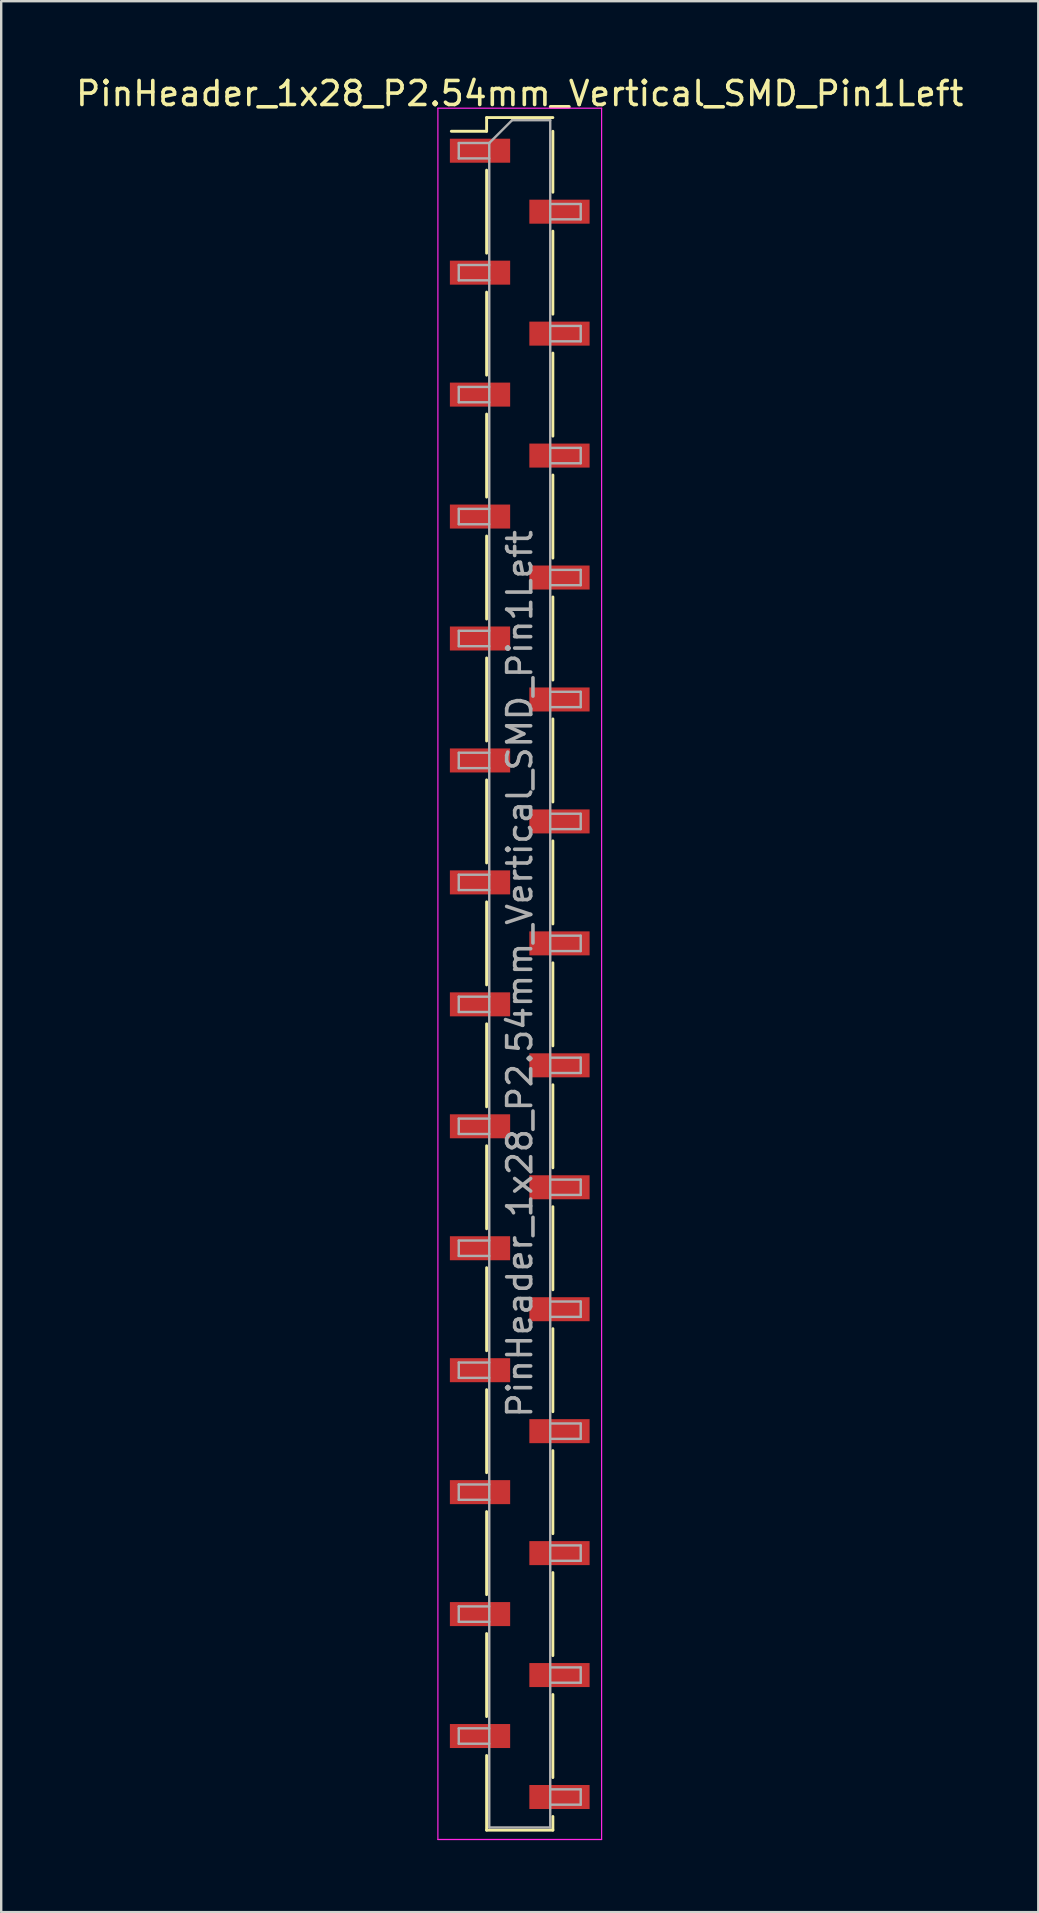
<source format=kicad_pcb>
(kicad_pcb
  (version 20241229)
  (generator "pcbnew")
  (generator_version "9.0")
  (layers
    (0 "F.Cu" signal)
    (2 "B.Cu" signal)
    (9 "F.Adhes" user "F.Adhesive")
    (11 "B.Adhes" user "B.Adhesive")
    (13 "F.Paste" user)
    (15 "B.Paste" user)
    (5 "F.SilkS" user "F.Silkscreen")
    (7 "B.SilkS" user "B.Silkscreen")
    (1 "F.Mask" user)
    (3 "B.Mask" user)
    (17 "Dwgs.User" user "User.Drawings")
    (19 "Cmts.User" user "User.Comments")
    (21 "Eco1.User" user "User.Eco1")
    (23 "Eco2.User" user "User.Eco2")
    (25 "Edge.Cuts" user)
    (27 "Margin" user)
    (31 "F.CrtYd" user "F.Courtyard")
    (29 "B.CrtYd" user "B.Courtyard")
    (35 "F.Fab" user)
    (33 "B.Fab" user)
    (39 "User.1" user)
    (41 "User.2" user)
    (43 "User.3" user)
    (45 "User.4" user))
  (footprint "PinHeader_1x28_P2.54mm_Vertical_SMD_Pin1Left"
    (layer "F.Cu")
    (at 18.601 37.518)
    (property "Reference" "PinHeader_1x28_P2.54mm_Vertical_SMD_Pin1Left" (at 0 -36.67 0) (layer "F.SilkS") (effects (font (size 1 1) (thickness 0.15))))
    (attr smd)
    (fp_line (start -1.38 -35.67) (end -1.38 -35.1) (stroke (width 0.12) (type solid)) (layer "F.SilkS"))
    (fp_line (start -1.38 -35.67) (end 1.38 -35.67) (stroke (width 0.12) (type solid)) (layer "F.SilkS"))
    (fp_line (start -1.38 -35.1) (end -2.85 -35.1) (stroke (width 0.12) (type solid)) (layer "F.SilkS"))
    (fp_line (start -1.38 -33.48) (end -1.38 -30.02) (stroke (width 0.12) (type solid)) (layer "F.SilkS"))
    (fp_line (start -1.38 -28.4) (end -1.38 -24.94) (stroke (width 0.12) (type solid)) (layer "F.SilkS"))
    (fp_line (start -1.38 -23.32) (end -1.38 -19.86) (stroke (width 0.12) (type solid)) (layer "F.SilkS"))
    (fp_line (start -1.38 -18.24) (end -1.38 -14.78) (stroke (width 0.12) (type solid)) (layer "F.SilkS"))
    (fp_line (start -1.38 -13.16) (end -1.38 -9.7) (stroke (width 0.12) (type solid)) (layer "F.SilkS"))
    (fp_line (start -1.38 -8.08) (end -1.38 -4.62) (stroke (width 0.12) (type solid)) (layer "F.SilkS"))
    (fp_line (start -1.38 -3) (end -1.38 0.46) (stroke (width 0.12) (type solid)) (layer "F.SilkS"))
    (fp_line (start -1.38 2.08) (end -1.38 5.54) (stroke (width 0.12) (type solid)) (layer "F.SilkS"))
    (fp_line (start -1.38 7.16) (end -1.38 10.62) (stroke (width 0.12) (type solid)) (layer "F.SilkS"))
    (fp_line (start -1.38 12.24) (end -1.38 15.7) (stroke (width 0.12) (type solid)) (layer "F.SilkS"))
    (fp_line (start -1.38 17.32) (end -1.38 20.78) (stroke (width 0.12) (type solid)) (layer "F.SilkS"))
    (fp_line (start -1.38 22.4) (end -1.38 25.86) (stroke (width 0.12) (type solid)) (layer "F.SilkS"))
    (fp_line (start -1.38 27.48) (end -1.38 30.94) (stroke (width 0.12) (type solid)) (layer "F.SilkS"))
    (fp_line (start -1.38 32.56) (end -1.38 35.67) (stroke (width 0.12) (type solid)) (layer "F.SilkS"))
    (fp_line (start -1.38 35.67) (end 1.38 35.67) (stroke (width 0.12) (type solid)) (layer "F.SilkS"))
    (fp_line (start 1.38 -35.1) (end 1.38 -32.56) (stroke (width 0.12) (type solid)) (layer "F.SilkS"))
    (fp_line (start 1.38 -30.94) (end 1.38 -27.48) (stroke (width 0.12) (type solid)) (layer "F.SilkS"))
    (fp_line (start 1.38 -25.86) (end 1.38 -22.4) (stroke (width 0.12) (type solid)) (layer "F.SilkS"))
    (fp_line (start 1.38 -20.78) (end 1.38 -17.32) (stroke (width 0.12) (type solid)) (layer "F.SilkS"))
    (fp_line (start 1.38 -15.7) (end 1.38 -12.24) (stroke (width 0.12) (type solid)) (layer "F.SilkS"))
    (fp_line (start 1.38 -10.62) (end 1.38 -7.16) (stroke (width 0.12) (type solid)) (layer "F.SilkS"))
    (fp_line (start 1.38 -5.54) (end 1.38 -2.08) (stroke (width 0.12) (type solid)) (layer "F.SilkS"))
    (fp_line (start 1.38 -0.46) (end 1.38 3) (stroke (width 0.12) (type solid)) (layer "F.SilkS"))
    (fp_line (start 1.38 4.62) (end 1.38 8.08) (stroke (width 0.12) (type solid)) (layer "F.SilkS"))
    (fp_line (start 1.38 9.7) (end 1.38 13.16) (stroke (width 0.12) (type solid)) (layer "F.SilkS"))
    (fp_line (start 1.38 14.78) (end 1.38 18.24) (stroke (width 0.12) (type solid)) (layer "F.SilkS"))
    (fp_line (start 1.38 19.86) (end 1.38 23.32) (stroke (width 0.12) (type solid)) (layer "F.SilkS"))
    (fp_line (start 1.38 24.94) (end 1.38 28.4) (stroke (width 0.12) (type solid)) (layer "F.SilkS"))
    (fp_line (start 1.38 30.02) (end 1.38 33.48) (stroke (width 0.12) (type solid)) (layer "F.SilkS"))
    (fp_line (start 1.38 35.1) (end 1.38 35.67) (stroke (width 0.12) (type solid)) (layer "F.SilkS"))
    (fp_line (start -3.41 -36.06) (end -3.41 36.06) (stroke (width 0.05) (type solid)) (layer "F.CrtYd"))
    (fp_line (start -3.41 36.06) (end 3.41 36.06) (stroke (width 0.05) (type solid)) (layer "F.CrtYd"))
    (fp_line (start 3.41 -36.06) (end -3.41 -36.06) (stroke (width 0.05) (type solid)) (layer "F.CrtYd"))
    (fp_line (start 3.41 36.06) (end 3.41 -36.06) (stroke (width 0.05) (type solid)) (layer "F.CrtYd"))
    (fp_line (start -2.54 -34.61) (end -2.54 -33.97) (stroke (width 0.1) (type solid)) (layer "F.Fab"))
    (fp_line (start -2.54 -33.97) (end -1.27 -33.97) (stroke (width 0.1) (type solid)) (layer "F.Fab"))
    (fp_line (start -2.54 -29.53) (end -2.54 -28.89) (stroke (width 0.1) (type solid)) (layer "F.Fab"))
    (fp_line (start -2.54 -28.89) (end -1.27 -28.89) (stroke (width 0.1) (type solid)) (layer "F.Fab"))
    (fp_line (start -2.54 -24.45) (end -2.54 -23.81) (stroke (width 0.1) (type solid)) (layer "F.Fab"))
    (fp_line (start -2.54 -23.81) (end -1.27 -23.81) (stroke (width 0.1) (type solid)) (layer "F.Fab"))
    (fp_line (start -2.54 -19.37) (end -2.54 -18.73) (stroke (width 0.1) (type solid)) (layer "F.Fab"))
    (fp_line (start -2.54 -18.73) (end -1.27 -18.73) (stroke (width 0.1) (type solid)) (layer "F.Fab"))
    (fp_line (start -2.54 -14.29) (end -2.54 -13.65) (stroke (width 0.1) (type solid)) (layer "F.Fab"))
    (fp_line (start -2.54 -13.65) (end -1.27 -13.65) (stroke (width 0.1) (type solid)) (layer "F.Fab"))
    (fp_line (start -2.54 -9.21) (end -2.54 -8.57) (stroke (width 0.1) (type solid)) (layer "F.Fab"))
    (fp_line (start -2.54 -8.57) (end -1.27 -8.57) (stroke (width 0.1) (type solid)) (layer "F.Fab"))
    (fp_line (start -2.54 -4.13) (end -2.54 -3.49) (stroke (width 0.1) (type solid)) (layer "F.Fab"))
    (fp_line (start -2.54 -3.49) (end -1.27 -3.49) (stroke (width 0.1) (type solid)) (layer "F.Fab"))
    (fp_line (start -2.54 0.95) (end -2.54 1.59) (stroke (width 0.1) (type solid)) (layer "F.Fab"))
    (fp_line (start -2.54 1.59) (end -1.27 1.59) (stroke (width 0.1) (type solid)) (layer "F.Fab"))
    (fp_line (start -2.54 6.03) (end -2.54 6.67) (stroke (width 0.1) (type solid)) (layer "F.Fab"))
    (fp_line (start -2.54 6.67) (end -1.27 6.67) (stroke (width 0.1) (type solid)) (layer "F.Fab"))
    (fp_line (start -2.54 11.11) (end -2.54 11.75) (stroke (width 0.1) (type solid)) (layer "F.Fab"))
    (fp_line (start -2.54 11.75) (end -1.27 11.75) (stroke (width 0.1) (type solid)) (layer "F.Fab"))
    (fp_line (start -2.54 16.19) (end -2.54 16.83) (stroke (width 0.1) (type solid)) (layer "F.Fab"))
    (fp_line (start -2.54 16.83) (end -1.27 16.83) (stroke (width 0.1) (type solid)) (layer "F.Fab"))
    (fp_line (start -2.54 21.27) (end -2.54 21.91) (stroke (width 0.1) (type solid)) (layer "F.Fab"))
    (fp_line (start -2.54 21.91) (end -1.27 21.91) (stroke (width 0.1) (type solid)) (layer "F.Fab"))
    (fp_line (start -2.54 26.35) (end -2.54 26.99) (stroke (width 0.1) (type solid)) (layer "F.Fab"))
    (fp_line (start -2.54 26.99) (end -1.27 26.99) (stroke (width 0.1) (type solid)) (layer "F.Fab"))
    (fp_line (start -2.54 31.43) (end -2.54 32.07) (stroke (width 0.1) (type solid)) (layer "F.Fab"))
    (fp_line (start -2.54 32.07) (end -1.27 32.07) (stroke (width 0.1) (type solid)) (layer "F.Fab"))
    (fp_line (start -1.27 -34.61) (end -2.54 -34.61) (stroke (width 0.1) (type solid)) (layer "F.Fab"))
    (fp_line (start -1.27 -34.61) (end -0.32 -35.56) (stroke (width 0.1) (type solid)) (layer "F.Fab"))
    (fp_line (start -1.27 -29.53) (end -2.54 -29.53) (stroke (width 0.1) (type solid)) (layer "F.Fab"))
    (fp_line (start -1.27 -24.45) (end -2.54 -24.45) (stroke (width 0.1) (type solid)) (layer "F.Fab"))
    (fp_line (start -1.27 -19.37) (end -2.54 -19.37) (stroke (width 0.1) (type solid)) (layer "F.Fab"))
    (fp_line (start -1.27 -14.29) (end -2.54 -14.29) (stroke (width 0.1) (type solid)) (layer "F.Fab"))
    (fp_line (start -1.27 -9.21) (end -2.54 -9.21) (stroke (width 0.1) (type solid)) (layer "F.Fab"))
    (fp_line (start -1.27 -4.13) (end -2.54 -4.13) (stroke (width 0.1) (type solid)) (layer "F.Fab"))
    (fp_line (start -1.27 0.95) (end -2.54 0.95) (stroke (width 0.1) (type solid)) (layer "F.Fab"))
    (fp_line (start -1.27 6.03) (end -2.54 6.03) (stroke (width 0.1) (type solid)) (layer "F.Fab"))
    (fp_line (start -1.27 11.11) (end -2.54 11.11) (stroke (width 0.1) (type solid)) (layer "F.Fab"))
    (fp_line (start -1.27 16.19) (end -2.54 16.19) (stroke (width 0.1) (type solid)) (layer "F.Fab"))
    (fp_line (start -1.27 21.27) (end -2.54 21.27) (stroke (width 0.1) (type solid)) (layer "F.Fab"))
    (fp_line (start -1.27 26.35) (end -2.54 26.35) (stroke (width 0.1) (type solid)) (layer "F.Fab"))
    (fp_line (start -1.27 31.43) (end -2.54 31.43) (stroke (width 0.1) (type solid)) (layer "F.Fab"))
    (fp_line (start -1.27 35.56) (end -1.27 -34.61) (stroke (width 0.1) (type solid)) (layer "F.Fab"))
    (fp_line (start -0.32 -35.56) (end 1.27 -35.56) (stroke (width 0.1) (type solid)) (layer "F.Fab"))
    (fp_line (start 1.27 -35.56) (end 1.27 35.56) (stroke (width 0.1) (type solid)) (layer "F.Fab"))
    (fp_line (start 1.27 -32.07) (end 2.54 -32.07) (stroke (width 0.1) (type solid)) (layer "F.Fab"))
    (fp_line (start 1.27 -26.99) (end 2.54 -26.99) (stroke (width 0.1) (type solid)) (layer "F.Fab"))
    (fp_line (start 1.27 -21.91) (end 2.54 -21.91) (stroke (width 0.1) (type solid)) (layer "F.Fab"))
    (fp_line (start 1.27 -16.83) (end 2.54 -16.83) (stroke (width 0.1) (type solid)) (layer "F.Fab"))
    (fp_line (start 1.27 -11.75) (end 2.54 -11.75) (stroke (width 0.1) (type solid)) (layer "F.Fab"))
    (fp_line (start 1.27 -6.67) (end 2.54 -6.67) (stroke (width 0.1) (type solid)) (layer "F.Fab"))
    (fp_line (start 1.27 -1.59) (end 2.54 -1.59) (stroke (width 0.1) (type solid)) (layer "F.Fab"))
    (fp_line (start 1.27 3.49) (end 2.54 3.49) (stroke (width 0.1) (type solid)) (layer "F.Fab"))
    (fp_line (start 1.27 8.57) (end 2.54 8.57) (stroke (width 0.1) (type solid)) (layer "F.Fab"))
    (fp_line (start 1.27 13.65) (end 2.54 13.65) (stroke (width 0.1) (type solid)) (layer "F.Fab"))
    (fp_line (start 1.27 18.73) (end 2.54 18.73) (stroke (width 0.1) (type solid)) (layer "F.Fab"))
    (fp_line (start 1.27 23.81) (end 2.54 23.81) (stroke (width 0.1) (type solid)) (layer "F.Fab"))
    (fp_line (start 1.27 28.89) (end 2.54 28.89) (stroke (width 0.1) (type solid)) (layer "F.Fab"))
    (fp_line (start 1.27 33.97) (end 2.54 33.97) (stroke (width 0.1) (type solid)) (layer "F.Fab"))
    (fp_line (start 1.27 35.56) (end -1.27 35.56) (stroke (width 0.1) (type solid)) (layer "F.Fab"))
    (fp_line (start 2.54 -32.07) (end 2.54 -31.43) (stroke (width 0.1) (type solid)) (layer "F.Fab"))
    (fp_line (start 2.54 -31.43) (end 1.27 -31.43) (stroke (width 0.1) (type solid)) (layer "F.Fab"))
    (fp_line (start 2.54 -26.99) (end 2.54 -26.35) (stroke (width 0.1) (type solid)) (layer "F.Fab"))
    (fp_line (start 2.54 -26.35) (end 1.27 -26.35) (stroke (width 0.1) (type solid)) (layer "F.Fab"))
    (fp_line (start 2.54 -21.91) (end 2.54 -21.27) (stroke (width 0.1) (type solid)) (layer "F.Fab"))
    (fp_line (start 2.54 -21.27) (end 1.27 -21.27) (stroke (width 0.1) (type solid)) (layer "F.Fab"))
    (fp_line (start 2.54 -16.83) (end 2.54 -16.19) (stroke (width 0.1) (type solid)) (layer "F.Fab"))
    (fp_line (start 2.54 -16.19) (end 1.27 -16.19) (stroke (width 0.1) (type solid)) (layer "F.Fab"))
    (fp_line (start 2.54 -11.75) (end 2.54 -11.11) (stroke (width 0.1) (type solid)) (layer "F.Fab"))
    (fp_line (start 2.54 -11.11) (end 1.27 -11.11) (stroke (width 0.1) (type solid)) (layer "F.Fab"))
    (fp_line (start 2.54 -6.67) (end 2.54 -6.03) (stroke (width 0.1) (type solid)) (layer "F.Fab"))
    (fp_line (start 2.54 -6.03) (end 1.27 -6.03) (stroke (width 0.1) (type solid)) (layer "F.Fab"))
    (fp_line (start 2.54 -1.59) (end 2.54 -0.95) (stroke (width 0.1) (type solid)) (layer "F.Fab"))
    (fp_line (start 2.54 -0.95) (end 1.27 -0.95) (stroke (width 0.1) (type solid)) (layer "F.Fab"))
    (fp_line (start 2.54 3.49) (end 2.54 4.13) (stroke (width 0.1) (type solid)) (layer "F.Fab"))
    (fp_line (start 2.54 4.13) (end 1.27 4.13) (stroke (width 0.1) (type solid)) (layer "F.Fab"))
    (fp_line (start 2.54 8.57) (end 2.54 9.21) (stroke (width 0.1) (type solid)) (layer "F.Fab"))
    (fp_line (start 2.54 9.21) (end 1.27 9.21) (stroke (width 0.1) (type solid)) (layer "F.Fab"))
    (fp_line (start 2.54 13.65) (end 2.54 14.29) (stroke (width 0.1) (type solid)) (layer "F.Fab"))
    (fp_line (start 2.54 14.29) (end 1.27 14.29) (stroke (width 0.1) (type solid)) (layer "F.Fab"))
    (fp_line (start 2.54 18.73) (end 2.54 19.37) (stroke (width 0.1) (type solid)) (layer "F.Fab"))
    (fp_line (start 2.54 19.37) (end 1.27 19.37) (stroke (width 0.1) (type solid)) (layer "F.Fab"))
    (fp_line (start 2.54 23.81) (end 2.54 24.45) (stroke (width 0.1) (type solid)) (layer "F.Fab"))
    (fp_line (start 2.54 24.45) (end 1.27 24.45) (stroke (width 0.1) (type solid)) (layer "F.Fab"))
    (fp_line (start 2.54 28.89) (end 2.54 29.53) (stroke (width 0.1) (type solid)) (layer "F.Fab"))
    (fp_line (start 2.54 29.53) (end 1.27 29.53) (stroke (width 0.1) (type solid)) (layer "F.Fab"))
    (fp_line (start 2.54 33.97) (end 2.54 34.61) (stroke (width 0.1) (type solid)) (layer "F.Fab"))
    (fp_line (start 2.54 34.61) (end 1.27 34.61) (stroke (width 0.1) (type solid)) (layer "F.Fab"))
    (fp_text user "${REFERENCE}" (at 0 0 90) (layer "F.Fab") (effects (font (size 1 1) (thickness 0.15))))
    (pad "1" smd rect (at -1.655 -34.29) (size 2.51 1) (layers "F.Cu" "F.Mask" "F.Paste"))
    (pad "2" smd rect (at 1.655 -31.75) (size 2.51 1) (layers "F.Cu" "F.Mask" "F.Paste"))
    (pad "3" smd rect (at -1.655 -29.21) (size 2.51 1) (layers "F.Cu" "F.Mask" "F.Paste"))
    (pad "4" smd rect (at 1.655 -26.67) (size 2.51 1) (layers "F.Cu" "F.Mask" "F.Paste"))
    (pad "5" smd rect (at -1.655 -24.13) (size 2.51 1) (layers "F.Cu" "F.Mask" "F.Paste"))
    (pad "6" smd rect (at 1.655 -21.59) (size 2.51 1) (layers "F.Cu" "F.Mask" "F.Paste"))
    (pad "7" smd rect (at -1.655 -19.05) (size 2.51 1) (layers "F.Cu" "F.Mask" "F.Paste"))
    (pad "8" smd rect (at 1.655 -16.51) (size 2.51 1) (layers "F.Cu" "F.Mask" "F.Paste"))
    (pad "9" smd rect (at -1.655 -13.97) (size 2.51 1) (layers "F.Cu" "F.Mask" "F.Paste"))
    (pad "10" smd rect (at 1.655 -11.43) (size 2.51 1) (layers "F.Cu" "F.Mask" "F.Paste"))
    (pad "11" smd rect (at -1.655 -8.89) (size 2.51 1) (layers "F.Cu" "F.Mask" "F.Paste"))
    (pad "12" smd rect (at 1.655 -6.35) (size 2.51 1) (layers "F.Cu" "F.Mask" "F.Paste"))
    (pad "13" smd rect (at -1.655 -3.81) (size 2.51 1) (layers "F.Cu" "F.Mask" "F.Paste"))
    (pad "14" smd rect (at 1.655 -1.27) (size 2.51 1) (layers "F.Cu" "F.Mask" "F.Paste"))
    (pad "15" smd rect (at -1.655 1.27) (size 2.51 1) (layers "F.Cu" "F.Mask" "F.Paste"))
    (pad "16" smd rect (at 1.655 3.81) (size 2.51 1) (layers "F.Cu" "F.Mask" "F.Paste"))
    (pad "17" smd rect (at -1.655 6.35) (size 2.51 1) (layers "F.Cu" "F.Mask" "F.Paste"))
    (pad "18" smd rect (at 1.655 8.89) (size 2.51 1) (layers "F.Cu" "F.Mask" "F.Paste"))
    (pad "19" smd rect (at -1.655 11.43) (size 2.51 1) (layers "F.Cu" "F.Mask" "F.Paste"))
    (pad "20" smd rect (at 1.655 13.97) (size 2.51 1) (layers "F.Cu" "F.Mask" "F.Paste"))
    (pad "21" smd rect (at -1.655 16.51) (size 2.51 1) (layers "F.Cu" "F.Mask" "F.Paste"))
    (pad "22" smd rect (at 1.655 19.05) (size 2.51 1) (layers "F.Cu" "F.Mask" "F.Paste"))
    (pad "23" smd rect (at -1.655 21.59) (size 2.51 1) (layers "F.Cu" "F.Mask" "F.Paste"))
    (pad "24" smd rect (at 1.655 24.13) (size 2.51 1) (layers "F.Cu" "F.Mask" "F.Paste"))
    (pad "25" smd rect (at -1.655 26.67) (size 2.51 1) (layers "F.Cu" "F.Mask" "F.Paste"))
    (pad "26" smd rect (at 1.655 29.21) (size 2.51 1) (layers "F.Cu" "F.Mask" "F.Paste"))
    (pad "27" smd rect (at -1.655 31.75) (size 2.51 1) (layers "F.Cu" "F.Mask" "F.Paste"))
    (pad "28" smd rect (at 1.655 34.29) (size 2.51 1) (layers "F.Cu" "F.Mask" "F.Paste")))
  (gr_rect
    (start -3 -3)
    (end 40.202 76.603)
    (stroke (width 0.1) (type default))
    (fill no)
    (layer "Edge.Cuts")))
</source>
